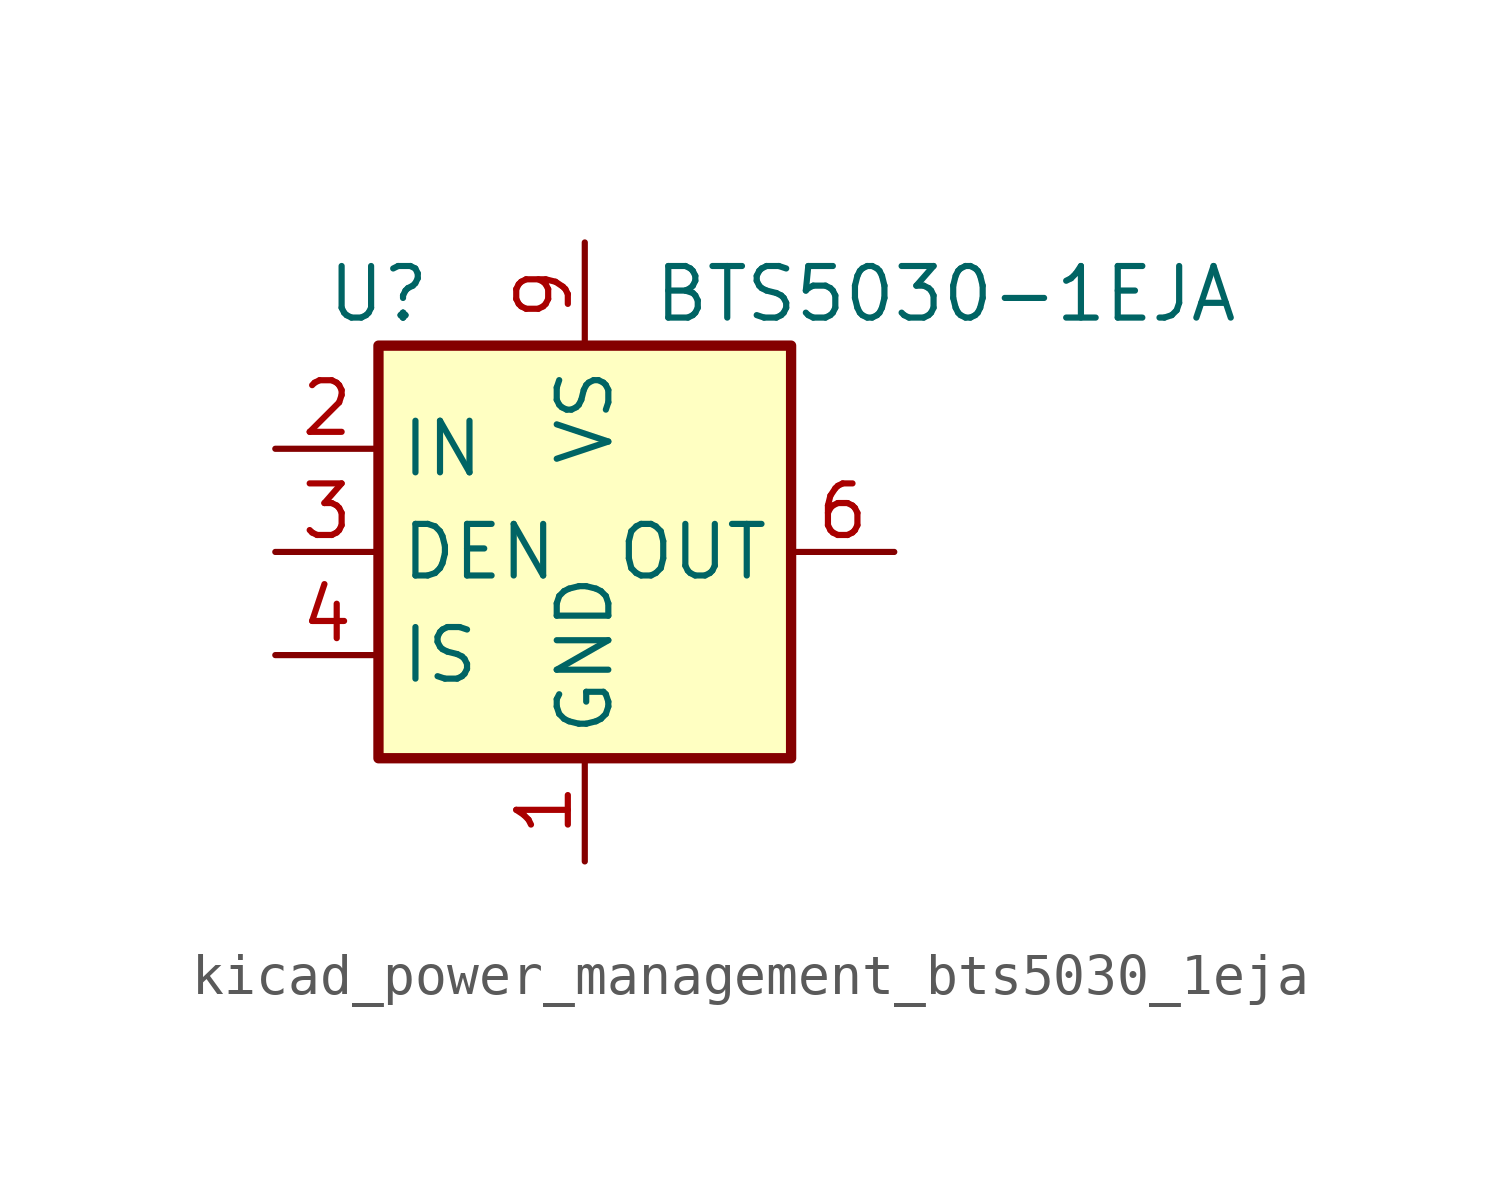
<source format=kicad_sym>
(kicad_symbol_lib
  (version 20220914)
  (generator kicad_symbol_editor)
  (symbol "kicad_power_management_bts5030_1eja"
    (property "Reference" "U"
      (at -5.08 6.35 0)
      (effects (font (size 1.27 1.27))))
    (property "Value" "BTS5030-1EJA"
      (at 8.89 6.35 0)
      (effects (font (size 1.27 1.27))))
    (symbol "kicad_power_management_bts5030_1eja_0_1"
      (rectangle (start -5.08 5.08) (end 5.08 -5.08) (stroke (width 0.254) (type default)) (fill (type background))))
    (symbol "kicad_power_management_bts5030_1eja_1_1"
      (pin power_in line (at 0 -7.62 90) (length 2.54) (name "GND" (effects (font (size 1.27 1.27)))) (number "1" (effects (font (size 1.27 1.27)))))
      (pin input line (at -7.62 2.54 0) (length 2.54) (name "IN" (effects (font (size 1.27 1.27)))) (number "2" (effects (font (size 1.27 1.27)))))
      (pin input line (at -7.62 0 0) (length 2.54) (name "DEN" (effects (font (size 1.27 1.27)))) (number "3" (effects (font (size 1.27 1.27)))))
      (pin output line (at -7.62 -2.54 0) (length 2.54) (name "IS" (effects (font (size 1.27 1.27)))) (number "4" (effects (font (size 1.27 1.27)))))
      (pin no_connect line (at 5.08 2.54 180) (length 2.54) hide (name "NC" (effects (font (size 1.27 1.27)))) (number "5" (effects (font (size 1.27 1.27)))))
      (pin power_out line (at 7.62 0 180) (length 2.54) (name "OUT" (effects (font (size 1.27 1.27)))) (number "6" (effects (font (size 1.27 1.27)))))
      (pin passive line (at 7.62 0 180) (length 2.54) hide (name "OUT" (effects (font (size 1.27 1.27)))) (number "7" (effects (font (size 1.27 1.27)))))
      (pin passive line (at 7.62 0 180) (length 2.54) hide (name "OUT" (effects (font (size 1.27 1.27)))) (number "8" (effects (font (size 1.27 1.27)))))
      (pin power_in line (at 0 7.62 270) (length 2.54) (name "VS" (effects (font (size 1.27 1.27)))) (number "9" (effects (font (size 1.27 1.27))))))))
</source>
